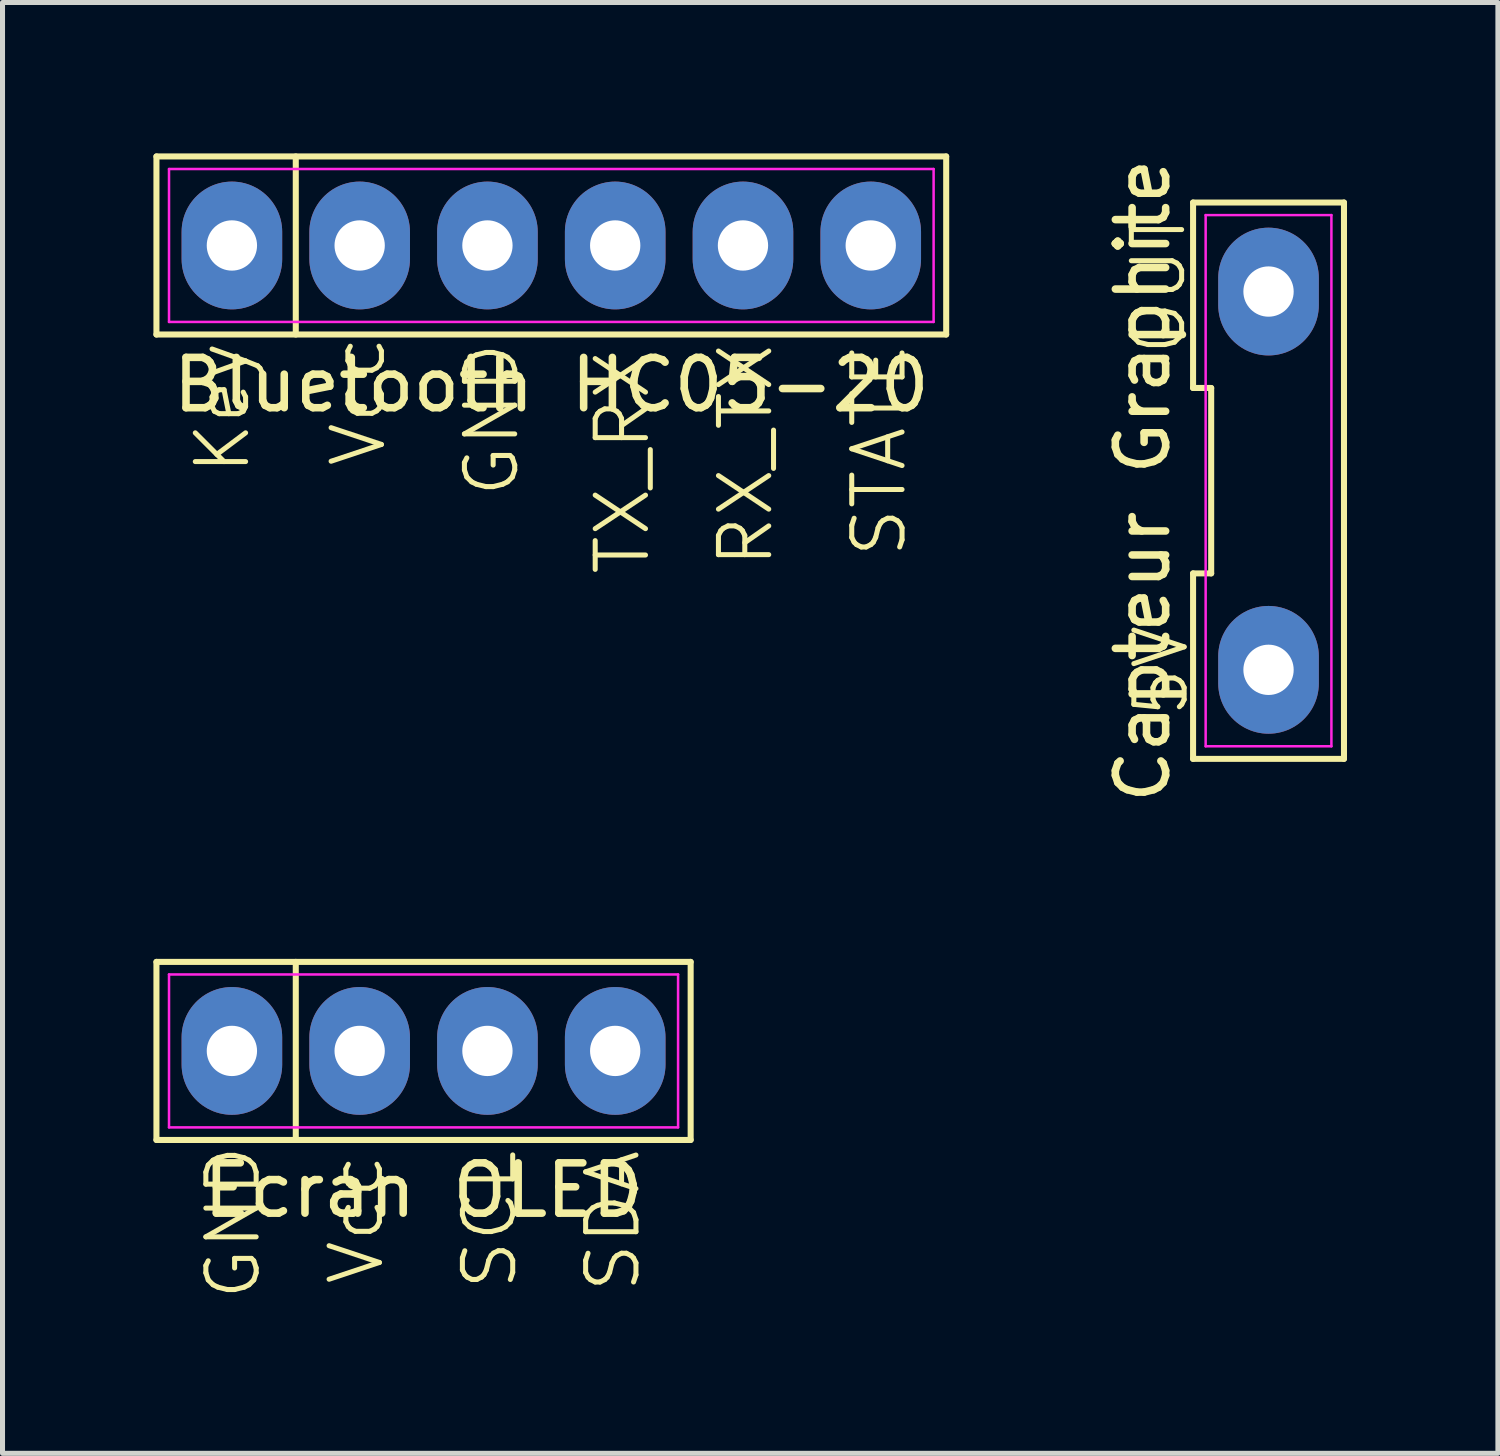
<source format=kicad_pcb>
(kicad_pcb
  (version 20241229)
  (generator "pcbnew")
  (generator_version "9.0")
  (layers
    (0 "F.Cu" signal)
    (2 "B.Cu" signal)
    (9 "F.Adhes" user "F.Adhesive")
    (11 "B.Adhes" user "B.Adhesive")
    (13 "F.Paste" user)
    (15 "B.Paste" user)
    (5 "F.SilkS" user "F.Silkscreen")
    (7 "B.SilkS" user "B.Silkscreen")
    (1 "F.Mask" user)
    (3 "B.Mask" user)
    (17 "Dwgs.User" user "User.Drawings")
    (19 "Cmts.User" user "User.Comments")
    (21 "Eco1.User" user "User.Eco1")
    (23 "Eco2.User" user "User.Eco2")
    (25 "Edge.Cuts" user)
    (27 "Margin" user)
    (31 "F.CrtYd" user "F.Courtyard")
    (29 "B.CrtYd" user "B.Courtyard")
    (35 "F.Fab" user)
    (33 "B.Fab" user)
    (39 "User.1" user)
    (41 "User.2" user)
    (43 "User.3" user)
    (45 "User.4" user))
  (footprint "Capteur Graphite"
    (layer "F.Cu")
    (at 22.168 6.506)
    (property "Reference" "Capteur Graphite" (at -2.5 0 90) (layer "F.SilkS") (effects (font (size 1 1) (thickness 0.15))))
    (attr through_hole)
    (fp_line (start -1.5 -1.843) (end -1.14 -1.843) (stroke (width 0.12) (type default)) (layer "F.SilkS"))
    (fp_line (start -1.5 1.843) (end -1.5 5.53) (stroke (width 0.12) (type default)) (layer "F.SilkS"))
    (fp_line (start -1.5 5.53) (end 1.5 5.53) (stroke (width 0.12) (type default)) (layer "F.SilkS"))
    (fp_line (start -1.5 -5.53) (end -1.5 -1.843) (stroke (width 0.12) (type default)) (layer "F.SilkS"))
    (fp_line (start -1.14 -1.843) (end -1.14 1.843) (stroke (width 0.12) (type default)) (layer "F.SilkS"))
    (fp_line (start -1.14 1.843) (end -1.5 1.843) (stroke (width 0.12) (type default)) (layer "F.SilkS"))
    (fp_line (start 1.5 5.53) (end 1.5 -5.53) (stroke (width 0.12) (type default)) (layer "F.SilkS"))
    (fp_line (start 1.5 -5.53) (end -1.5 -5.53) (stroke (width 0.12) (type default)) (layer "F.SilkS"))
    (fp_line (start -1.25 -5.28) (end 1.25 -5.28) (stroke (width 0.05) (type default)) (layer "F.CrtYd"))
    (fp_line (start -1.25 5.28) (end -1.25 -5.28) (stroke (width 0.05) (type default)) (layer "F.CrtYd"))
    (fp_line (start 1.25 -5.28) (end 1.25 5.28) (stroke (width 0.05) (type default)) (layer "F.CrtYd"))
    (fp_line (start 1.25 5.28) (end -1.25 5.28) (stroke (width 0.05) (type default)) (layer "F.CrtYd"))
    (fp_text user "OUT" (at -1.6 -2.45 90) (unlocked yes) (layer "F.SilkS") (effects (font (size 1 1) (thickness 0.1)) (justify left bottom)))
    (fp_text user "5V" (at -1.55 4.75 90) (unlocked yes) (layer "F.SilkS") (effects (font (size 1 1) (thickness 0.1)) (justify left bottom)))
    (pad "1" thru_hole oval (at 0 3.76) (size 2 2.54) (drill 1) (layers "*.Cu" "*.Mask"))
    (pad "2" thru_hole oval (at 0 -3.76) (size 2 2.54) (drill 1) (layers "*.Cu" "*.Mask")))
  (footprint "Bluetooth HC05-20"
    (layer "F.Cu")
    (at 7.91 1.83)
    (property "Reference" "Bluetooth HC05-20" (at 0 2.77 0) (layer "F.SilkS") (effects (font (size 1 1) (thickness 0.15))))
    (attr through_hole)
    (fp_line (start -7.85 -1.77) (end 7.85 -1.77) (stroke (width 0.12) (type default)) (layer "F.SilkS"))
    (fp_line (start -7.85 1.77) (end -7.85 -1.77) (stroke (width 0.12) (type default)) (layer "F.SilkS"))
    (fp_line (start -5.08 -1.77) (end -5.08 1.77) (stroke (width 0.12) (type default)) (layer "F.SilkS"))
    (fp_line (start 7.85 -1.77) (end 7.85 1.77) (stroke (width 0.12) (type default)) (layer "F.SilkS"))
    (fp_line (start 7.85 1.77) (end -7.85 1.77) (stroke (width 0.12) (type default)) (layer "F.SilkS"))
    (fp_line (start -7.6 -1.52) (end 7.6 -1.52) (stroke (width 0.05) (type default)) (layer "F.CrtYd"))
    (fp_line (start -7.6 1.52) (end -7.6 -1.52) (stroke (width 0.05) (type default)) (layer "F.CrtYd"))
    (fp_line (start 7.6 -1.52) (end 7.6 1.52) (stroke (width 0.05) (type default)) (layer "F.CrtYd"))
    (fp_line (start 7.6 1.52) (end -7.6 1.52) (stroke (width 0.05) (type default)) (layer "F.CrtYd"))
    (fp_text user "GND" (at -0.6 5.05 90) (unlocked yes) (layer "F.SilkS") (effects (font (size 1 1) (thickness 0.1)) (justify left bottom)))
    (fp_text user "TX_RX" (at 2 6.6 90) (unlocked yes) (layer "F.SilkS") (effects (font (size 1 1) (thickness 0.1)) (justify left bottom)))
    (fp_text user "Key" (at -5.95 4.6 90) (unlocked yes) (layer "F.SilkS") (effects (font (size 1 1) (thickness 0.1)) (justify left bottom)))
    (fp_text user "Vcc" (at -3.25 4.45 90) (unlocked yes) (layer "F.SilkS") (effects (font (size 1 1) (thickness 0.1)) (justify left bottom)))
    (fp_text user "RX_TX" (at 4.45 6.45 90) (unlocked yes) (layer "F.SilkS") (effects (font (size 1 1) (thickness 0.1)) (justify left bottom)))
    (fp_text user "STATE" (at 7.1 6.25 90) (unlocked yes) (layer "F.SilkS") (effects (font (size 1 1) (thickness 0.1)) (justify left bottom)))
    (pad "1" thru_hole oval (at -6.35 0) (size 2 2.54) (drill 1) (layers "*.Cu" "*.Mask"))
    (pad "2" thru_hole oval (at -3.81 0) (size 2 2.54) (drill 1) (layers "*.Cu" "*.Mask"))
    (pad "3" thru_hole oval (at -1.27 0) (size 2 2.54) (drill 1) (layers "*.Cu" "*.Mask"))
    (pad "4" thru_hole oval (at 1.27 0) (size 2 2.54) (drill 1) (layers "*.Cu" "*.Mask"))
    (pad "5" thru_hole oval (at 3.81 0) (size 2 2.54) (drill 1) (layers "*.Cu" "*.Mask"))
    (pad "6" thru_hole oval (at 6.35 0) (size 2 2.54) (drill 1) (layers "*.Cu" "*.Mask")))
  (footprint "Ecran OLED"
    (layer "F.Cu")
    (at 5.37 17.842)
    (property "Reference" "Ecran OLED" (at 0 2.77 0) (layer "F.SilkS") (effects (font (size 1 1) (thickness 0.15))))
    (attr through_hole)
    (fp_line (start -5.31 -1.77) (end 5.31 -1.77) (stroke (width 0.12) (type default)) (layer "F.SilkS"))
    (fp_line (start -5.31 1.77) (end -5.31 -1.77) (stroke (width 0.12) (type default)) (layer "F.SilkS"))
    (fp_line (start -2.54 -1.77) (end -2.54 1.77) (stroke (width 0.12) (type default)) (layer "F.SilkS"))
    (fp_line (start 5.31 -1.77) (end 5.31 1.77) (stroke (width 0.12) (type default)) (layer "F.SilkS"))
    (fp_line (start 5.31 1.77) (end -5.31 1.77) (stroke (width 0.12) (type default)) (layer "F.SilkS"))
    (fp_line (start -5.06 -1.52) (end 5.06 -1.52) (stroke (width 0.05) (type default)) (layer "F.CrtYd"))
    (fp_line (start -5.06 1.52) (end -5.06 -1.52) (stroke (width 0.05) (type default)) (layer "F.CrtYd"))
    (fp_line (start 5.06 -1.52) (end 5.06 1.52) (stroke (width 0.05) (type default)) (layer "F.CrtYd"))
    (fp_line (start 5.06 1.52) (end -5.06 1.52) (stroke (width 0.05) (type default)) (layer "F.CrtYd"))
    (fp_text user "Vcc" (at -0.75 4.7 90) (unlocked yes) (layer "F.SilkS") (effects (font (size 1 1) (thickness 0.1)) (justify left bottom)))
    (fp_text user "SCL" (at 1.9 4.8 90) (unlocked yes) (layer "F.SilkS") (effects (font (size 1 1) (thickness 0.1)) (justify left bottom)))
    (fp_text user "SDA" (at 4.35 4.85 90) (unlocked yes) (layer "F.SilkS") (effects (font (size 1 1) (thickness 0.1)) (justify left bottom)))
    (fp_text user "GND" (at -3.2 5 90) (unlocked yes) (layer "F.SilkS") (effects (font (size 1 1) (thickness 0.1)) (justify left bottom)))
    (pad "1" thru_hole oval (at -3.81 0) (size 2 2.54) (drill 1) (layers "*.Cu" "*.Mask"))
    (pad "2" thru_hole oval (at -1.27 0) (size 2 2.54) (drill 1) (layers "*.Cu" "*.Mask"))
    (pad "3" thru_hole oval (at 1.27 0) (size 2 2.54) (drill 1) (layers "*.Cu" "*.Mask"))
    (pad "4" thru_hole oval (at 3.81 0) (size 2 2.54) (drill 1) (layers "*.Cu" "*.Mask")))
  (gr_rect
    (start -3 -3)
    (end 26.728 25.842)
    (stroke (width 0.1) (type default))
    (fill no)
    (layer "Edge.Cuts")))
</source>
